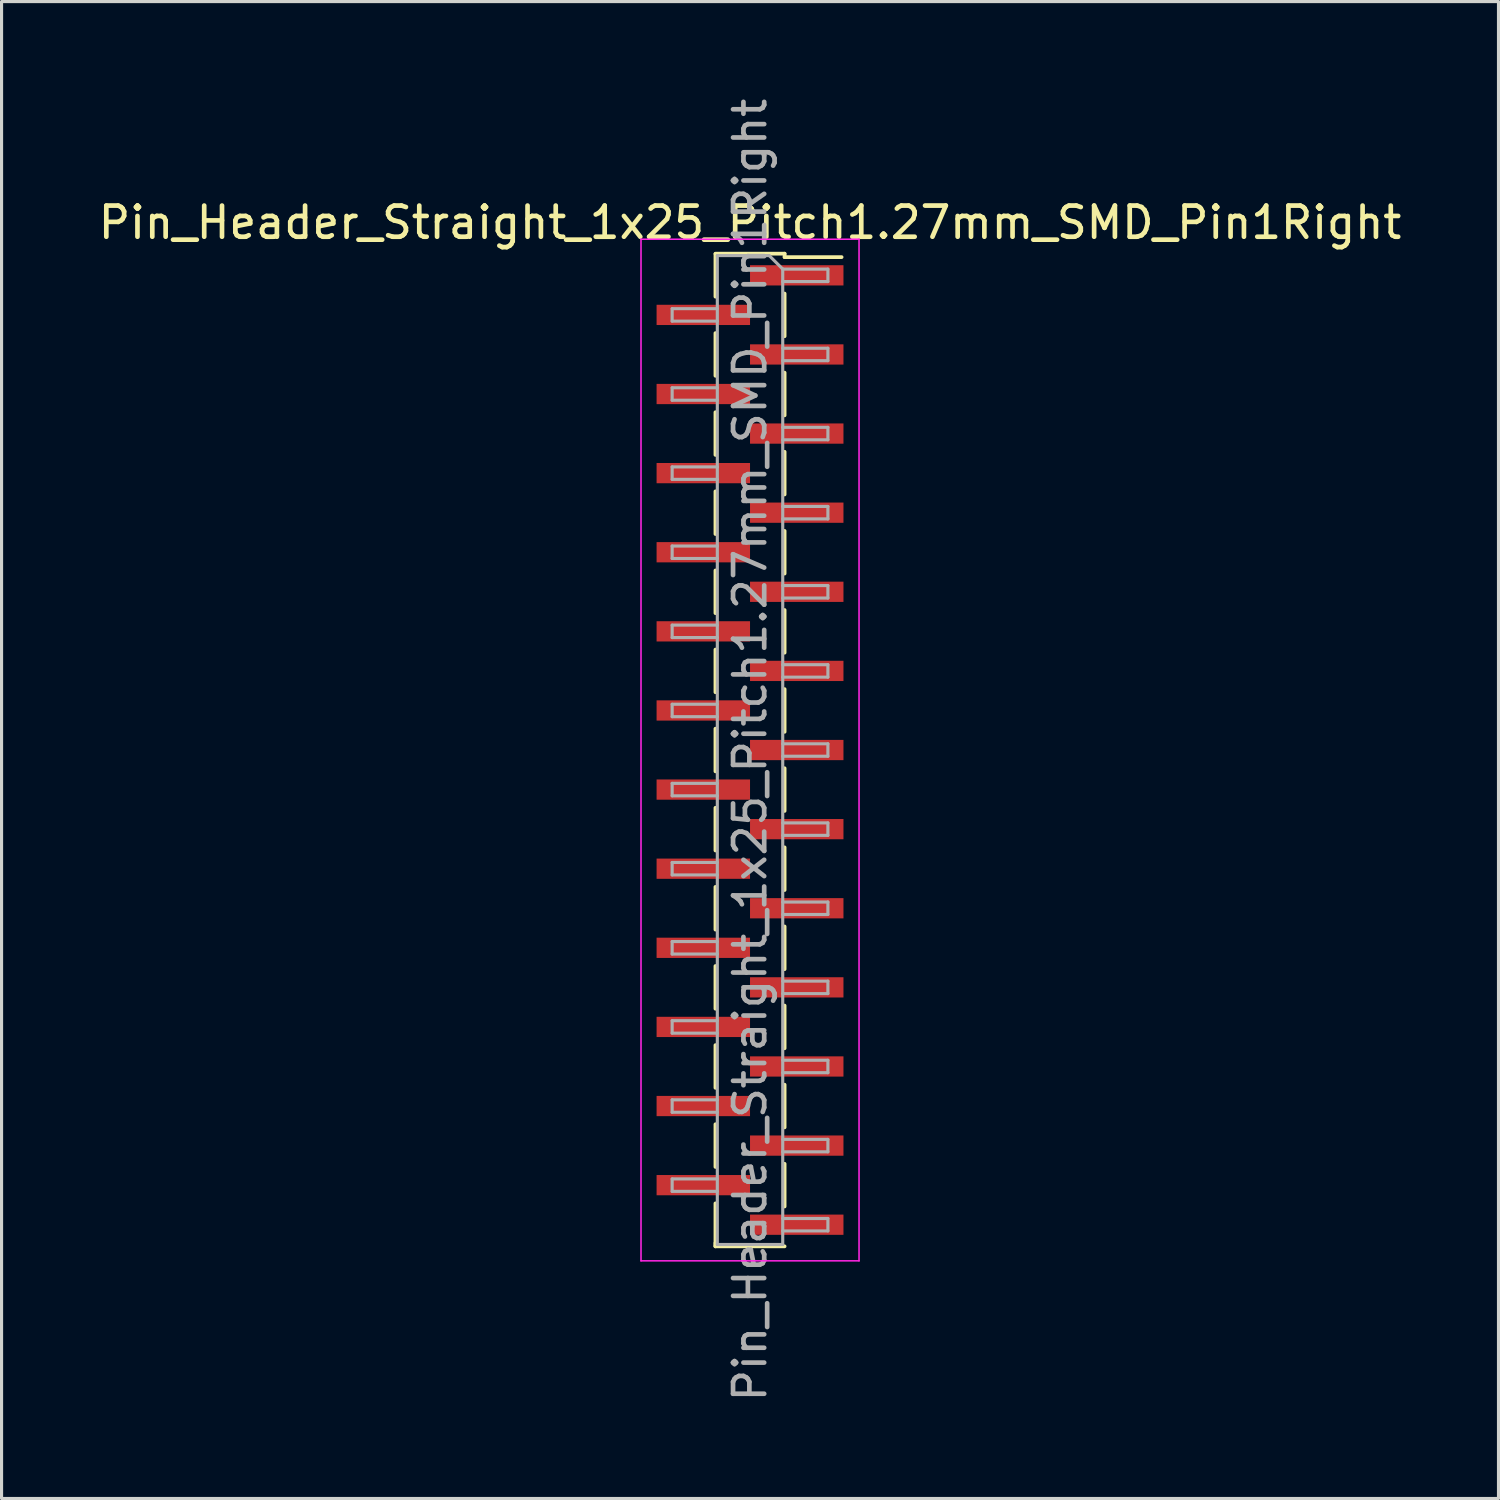
<source format=kicad_pcb>
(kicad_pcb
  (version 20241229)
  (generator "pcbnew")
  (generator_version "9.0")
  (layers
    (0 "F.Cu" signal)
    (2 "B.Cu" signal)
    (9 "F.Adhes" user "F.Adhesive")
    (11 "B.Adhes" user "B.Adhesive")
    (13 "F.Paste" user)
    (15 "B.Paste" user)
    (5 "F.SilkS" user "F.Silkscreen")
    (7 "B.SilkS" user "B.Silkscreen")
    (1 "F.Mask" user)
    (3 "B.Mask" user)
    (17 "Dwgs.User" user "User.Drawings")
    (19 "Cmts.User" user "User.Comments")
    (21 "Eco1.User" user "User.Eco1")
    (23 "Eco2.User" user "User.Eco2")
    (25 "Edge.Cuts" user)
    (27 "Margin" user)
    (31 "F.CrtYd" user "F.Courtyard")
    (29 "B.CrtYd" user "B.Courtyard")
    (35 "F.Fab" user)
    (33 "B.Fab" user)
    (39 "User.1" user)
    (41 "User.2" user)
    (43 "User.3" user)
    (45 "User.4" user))
  (footprint "Pin_Header_Straight_1x25_Pitch1.27mm_SMD_Pin1Right"
    (layer "F.Cu")
    (at 21.03 21.03)
    (property "Reference" "Pin_Header_Straight_1x25_Pitch1.27mm_SMD_Pin1Right" (at 0 -16.935 0) (layer "F.SilkS") (effects (font (size 1 1) (thickness 0.15))))
    (attr smd)
    (fp_line (start -1.11 -15.935) (end 1.11 -15.935) (stroke (width 0.12) (type solid)) (layer "F.SilkS"))
    (fp_line (start -1.11 -15.925) (end -1.11 -14.555) (stroke (width 0.12) (type solid)) (layer "F.SilkS"))
    (fp_line (start -1.11 -13.385) (end -1.11 -12.015) (stroke (width 0.12) (type solid)) (layer "F.SilkS"))
    (fp_line (start -1.11 -10.845) (end -1.11 -9.475) (stroke (width 0.12) (type solid)) (layer "F.SilkS"))
    (fp_line (start -1.11 -8.305) (end -1.11 -6.935) (stroke (width 0.12) (type solid)) (layer "F.SilkS"))
    (fp_line (start -1.11 -5.765) (end -1.11 -4.395) (stroke (width 0.12) (type solid)) (layer "F.SilkS"))
    (fp_line (start -1.11 -3.225) (end -1.11 -1.855) (stroke (width 0.12) (type solid)) (layer "F.SilkS"))
    (fp_line (start -1.11 -0.685) (end -1.11 0.685) (stroke (width 0.12) (type solid)) (layer "F.SilkS"))
    (fp_line (start -1.11 1.855) (end -1.11 3.225) (stroke (width 0.12) (type solid)) (layer "F.SilkS"))
    (fp_line (start -1.11 4.395) (end -1.11 5.765) (stroke (width 0.12) (type solid)) (layer "F.SilkS"))
    (fp_line (start -1.11 6.935) (end -1.11 8.305) (stroke (width 0.12) (type solid)) (layer "F.SilkS"))
    (fp_line (start -1.11 9.475) (end -1.11 10.845) (stroke (width 0.12) (type solid)) (layer "F.SilkS"))
    (fp_line (start -1.11 12.015) (end -1.11 13.385) (stroke (width 0.12) (type solid)) (layer "F.SilkS"))
    (fp_line (start -1.11 14.555) (end -1.11 15.925) (stroke (width 0.12) (type solid)) (layer "F.SilkS"))
    (fp_line (start -1.11 15.825) (end -1.11 15.935) (stroke (width 0.12) (type solid)) (layer "F.SilkS"))
    (fp_line (start -1.11 15.935) (end 1.11 15.935) (stroke (width 0.12) (type solid)) (layer "F.SilkS"))
    (fp_line (start 1.11 -15.935) (end 1.11 -15.825) (stroke (width 0.12) (type solid)) (layer "F.SilkS"))
    (fp_line (start 1.11 -15.825) (end 2.94 -15.825) (stroke (width 0.12) (type solid)) (layer "F.SilkS"))
    (fp_line (start 1.11 -14.655) (end 1.11 -13.285) (stroke (width 0.12) (type solid)) (layer "F.SilkS"))
    (fp_line (start 1.11 -12.115) (end 1.11 -10.745) (stroke (width 0.12) (type solid)) (layer "F.SilkS"))
    (fp_line (start 1.11 -9.575) (end 1.11 -8.205) (stroke (width 0.12) (type solid)) (layer "F.SilkS"))
    (fp_line (start 1.11 -7.035) (end 1.11 -5.665) (stroke (width 0.12) (type solid)) (layer "F.SilkS"))
    (fp_line (start 1.11 -4.495) (end 1.11 -3.125) (stroke (width 0.12) (type solid)) (layer "F.SilkS"))
    (fp_line (start 1.11 -1.955) (end 1.11 -0.585) (stroke (width 0.12) (type solid)) (layer "F.SilkS"))
    (fp_line (start 1.11 0.585) (end 1.11 1.955) (stroke (width 0.12) (type solid)) (layer "F.SilkS"))
    (fp_line (start 1.11 3.125) (end 1.11 4.495) (stroke (width 0.12) (type solid)) (layer "F.SilkS"))
    (fp_line (start 1.11 5.665) (end 1.11 7.035) (stroke (width 0.12) (type solid)) (layer "F.SilkS"))
    (fp_line (start 1.11 8.205) (end 1.11 9.575) (stroke (width 0.12) (type solid)) (layer "F.SilkS"))
    (fp_line (start 1.11 10.745) (end 1.11 12.115) (stroke (width 0.12) (type solid)) (layer "F.SilkS"))
    (fp_line (start 1.11 13.285) (end 1.11 14.655) (stroke (width 0.12) (type solid)) (layer "F.SilkS"))
    (fp_line (start -3.5 -16.4) (end -3.5 16.4) (stroke (width 0.05) (type solid)) (layer "F.CrtYd"))
    (fp_line (start -3.5 16.4) (end 3.5 16.4) (stroke (width 0.05) (type solid)) (layer "F.CrtYd"))
    (fp_line (start 3.5 -16.4) (end -3.5 -16.4) (stroke (width 0.05) (type solid)) (layer "F.CrtYd"))
    (fp_line (start 3.5 16.4) (end 3.5 -16.4) (stroke (width 0.05) (type solid)) (layer "F.CrtYd"))
    (fp_line (start -2.5 -14.17) (end -2.5 -13.77) (stroke (width 0.1) (type solid)) (layer "F.Fab"))
    (fp_line (start -2.5 -13.77) (end -1.05 -13.77) (stroke (width 0.1) (type solid)) (layer "F.Fab"))
    (fp_line (start -2.5 -11.63) (end -2.5 -11.23) (stroke (width 0.1) (type solid)) (layer "F.Fab"))
    (fp_line (start -2.5 -11.23) (end -1.05 -11.23) (stroke (width 0.1) (type solid)) (layer "F.Fab"))
    (fp_line (start -2.5 -9.09) (end -2.5 -8.69) (stroke (width 0.1) (type solid)) (layer "F.Fab"))
    (fp_line (start -2.5 -8.69) (end -1.05 -8.69) (stroke (width 0.1) (type solid)) (layer "F.Fab"))
    (fp_line (start -2.5 -6.55) (end -2.5 -6.15) (stroke (width 0.1) (type solid)) (layer "F.Fab"))
    (fp_line (start -2.5 -6.15) (end -1.05 -6.15) (stroke (width 0.1) (type solid)) (layer "F.Fab"))
    (fp_line (start -2.5 -4.01) (end -2.5 -3.61) (stroke (width 0.1) (type solid)) (layer "F.Fab"))
    (fp_line (start -2.5 -3.61) (end -1.05 -3.61) (stroke (width 0.1) (type solid)) (layer "F.Fab"))
    (fp_line (start -2.5 -1.47) (end -2.5 -1.07) (stroke (width 0.1) (type solid)) (layer "F.Fab"))
    (fp_line (start -2.5 -1.07) (end -1.05 -1.07) (stroke (width 0.1) (type solid)) (layer "F.Fab"))
    (fp_line (start -2.5 1.07) (end -2.5 1.47) (stroke (width 0.1) (type solid)) (layer "F.Fab"))
    (fp_line (start -2.5 1.47) (end -1.05 1.47) (stroke (width 0.1) (type solid)) (layer "F.Fab"))
    (fp_line (start -2.5 3.61) (end -2.5 4.01) (stroke (width 0.1) (type solid)) (layer "F.Fab"))
    (fp_line (start -2.5 4.01) (end -1.05 4.01) (stroke (width 0.1) (type solid)) (layer "F.Fab"))
    (fp_line (start -2.5 6.15) (end -2.5 6.55) (stroke (width 0.1) (type solid)) (layer "F.Fab"))
    (fp_line (start -2.5 6.55) (end -1.05 6.55) (stroke (width 0.1) (type solid)) (layer "F.Fab"))
    (fp_line (start -2.5 8.69) (end -2.5 9.09) (stroke (width 0.1) (type solid)) (layer "F.Fab"))
    (fp_line (start -2.5 9.09) (end -1.05 9.09) (stroke (width 0.1) (type solid)) (layer "F.Fab"))
    (fp_line (start -2.5 11.23) (end -2.5 11.63) (stroke (width 0.1) (type solid)) (layer "F.Fab"))
    (fp_line (start -2.5 11.63) (end -1.05 11.63) (stroke (width 0.1) (type solid)) (layer "F.Fab"))
    (fp_line (start -2.5 13.77) (end -2.5 14.17) (stroke (width 0.1) (type solid)) (layer "F.Fab"))
    (fp_line (start -2.5 14.17) (end -1.05 14.17) (stroke (width 0.1) (type solid)) (layer "F.Fab"))
    (fp_line (start -1.05 -15.875) (end -1.05 15.875) (stroke (width 0.1) (type solid)) (layer "F.Fab"))
    (fp_line (start -1.05 -15.875) (end 0.615 -15.875) (stroke (width 0.1) (type solid)) (layer "F.Fab"))
    (fp_line (start -1.05 -14.17) (end -2.5 -14.17) (stroke (width 0.1) (type solid)) (layer "F.Fab"))
    (fp_line (start -1.05 -11.63) (end -2.5 -11.63) (stroke (width 0.1) (type solid)) (layer "F.Fab"))
    (fp_line (start -1.05 -9.09) (end -2.5 -9.09) (stroke (width 0.1) (type solid)) (layer "F.Fab"))
    (fp_line (start -1.05 -6.55) (end -2.5 -6.55) (stroke (width 0.1) (type solid)) (layer "F.Fab"))
    (fp_line (start -1.05 -4.01) (end -2.5 -4.01) (stroke (width 0.1) (type solid)) (layer "F.Fab"))
    (fp_line (start -1.05 -1.47) (end -2.5 -1.47) (stroke (width 0.1) (type solid)) (layer "F.Fab"))
    (fp_line (start -1.05 1.07) (end -2.5 1.07) (stroke (width 0.1) (type solid)) (layer "F.Fab"))
    (fp_line (start -1.05 3.61) (end -2.5 3.61) (stroke (width 0.1) (type solid)) (layer "F.Fab"))
    (fp_line (start -1.05 6.15) (end -2.5 6.15) (stroke (width 0.1) (type solid)) (layer "F.Fab"))
    (fp_line (start -1.05 8.69) (end -2.5 8.69) (stroke (width 0.1) (type solid)) (layer "F.Fab"))
    (fp_line (start -1.05 11.23) (end -2.5 11.23) (stroke (width 0.1) (type solid)) (layer "F.Fab"))
    (fp_line (start -1.05 13.77) (end -2.5 13.77) (stroke (width 0.1) (type solid)) (layer "F.Fab"))
    (fp_line (start 1.05 -15.44) (end 0.615 -15.875) (stroke (width 0.1) (type solid)) (layer "F.Fab"))
    (fp_line (start 1.05 -15.44) (end 2.5 -15.44) (stroke (width 0.1) (type solid)) (layer "F.Fab"))
    (fp_line (start 1.05 -12.9) (end 2.5 -12.9) (stroke (width 0.1) (type solid)) (layer "F.Fab"))
    (fp_line (start 1.05 -10.36) (end 2.5 -10.36) (stroke (width 0.1) (type solid)) (layer "F.Fab"))
    (fp_line (start 1.05 -7.82) (end 2.5 -7.82) (stroke (width 0.1) (type solid)) (layer "F.Fab"))
    (fp_line (start 1.05 -5.28) (end 2.5 -5.28) (stroke (width 0.1) (type solid)) (layer "F.Fab"))
    (fp_line (start 1.05 -2.74) (end 2.5 -2.74) (stroke (width 0.1) (type solid)) (layer "F.Fab"))
    (fp_line (start 1.05 -0.2) (end 2.5 -0.2) (stroke (width 0.1) (type solid)) (layer "F.Fab"))
    (fp_line (start 1.05 2.34) (end 2.5 2.34) (stroke (width 0.1) (type solid)) (layer "F.Fab"))
    (fp_line (start 1.05 4.88) (end 2.5 4.88) (stroke (width 0.1) (type solid)) (layer "F.Fab"))
    (fp_line (start 1.05 7.42) (end 2.5 7.42) (stroke (width 0.1) (type solid)) (layer "F.Fab"))
    (fp_line (start 1.05 9.96) (end 2.5 9.96) (stroke (width 0.1) (type solid)) (layer "F.Fab"))
    (fp_line (start 1.05 12.5) (end 2.5 12.5) (stroke (width 0.1) (type solid)) (layer "F.Fab"))
    (fp_line (start 1.05 15.04) (end 2.5 15.04) (stroke (width 0.1) (type solid)) (layer "F.Fab"))
    (fp_line (start 1.05 15.875) (end -1.05 15.875) (stroke (width 0.1) (type solid)) (layer "F.Fab"))
    (fp_line (start 1.05 15.875) (end 1.05 -15.44) (stroke (width 0.1) (type solid)) (layer "F.Fab"))
    (fp_line (start 2.5 -15.44) (end 2.5 -15.04) (stroke (width 0.1) (type solid)) (layer "F.Fab"))
    (fp_line (start 2.5 -15.04) (end 1.05 -15.04) (stroke (width 0.1) (type solid)) (layer "F.Fab"))
    (fp_line (start 2.5 -12.9) (end 2.5 -12.5) (stroke (width 0.1) (type solid)) (layer "F.Fab"))
    (fp_line (start 2.5 -12.5) (end 1.05 -12.5) (stroke (width 0.1) (type solid)) (layer "F.Fab"))
    (fp_line (start 2.5 -10.36) (end 2.5 -9.96) (stroke (width 0.1) (type solid)) (layer "F.Fab"))
    (fp_line (start 2.5 -9.96) (end 1.05 -9.96) (stroke (width 0.1) (type solid)) (layer "F.Fab"))
    (fp_line (start 2.5 -7.82) (end 2.5 -7.42) (stroke (width 0.1) (type solid)) (layer "F.Fab"))
    (fp_line (start 2.5 -7.42) (end 1.05 -7.42) (stroke (width 0.1) (type solid)) (layer "F.Fab"))
    (fp_line (start 2.5 -5.28) (end 2.5 -4.88) (stroke (width 0.1) (type solid)) (layer "F.Fab"))
    (fp_line (start 2.5 -4.88) (end 1.05 -4.88) (stroke (width 0.1) (type solid)) (layer "F.Fab"))
    (fp_line (start 2.5 -2.74) (end 2.5 -2.34) (stroke (width 0.1) (type solid)) (layer "F.Fab"))
    (fp_line (start 2.5 -2.34) (end 1.05 -2.34) (stroke (width 0.1) (type solid)) (layer "F.Fab"))
    (fp_line (start 2.5 -0.2) (end 2.5 0.2) (stroke (width 0.1) (type solid)) (layer "F.Fab"))
    (fp_line (start 2.5 0.2) (end 1.05 0.2) (stroke (width 0.1) (type solid)) (layer "F.Fab"))
    (fp_line (start 2.5 2.34) (end 2.5 2.74) (stroke (width 0.1) (type solid)) (layer "F.Fab"))
    (fp_line (start 2.5 2.74) (end 1.05 2.74) (stroke (width 0.1) (type solid)) (layer "F.Fab"))
    (fp_line (start 2.5 4.88) (end 2.5 5.28) (stroke (width 0.1) (type solid)) (layer "F.Fab"))
    (fp_line (start 2.5 5.28) (end 1.05 5.28) (stroke (width 0.1) (type solid)) (layer "F.Fab"))
    (fp_line (start 2.5 7.42) (end 2.5 7.82) (stroke (width 0.1) (type solid)) (layer "F.Fab"))
    (fp_line (start 2.5 7.82) (end 1.05 7.82) (stroke (width 0.1) (type solid)) (layer "F.Fab"))
    (fp_line (start 2.5 9.96) (end 2.5 10.36) (stroke (width 0.1) (type solid)) (layer "F.Fab"))
    (fp_line (start 2.5 10.36) (end 1.05 10.36) (stroke (width 0.1) (type solid)) (layer "F.Fab"))
    (fp_line (start 2.5 12.5) (end 2.5 12.9) (stroke (width 0.1) (type solid)) (layer "F.Fab"))
    (fp_line (start 2.5 12.9) (end 1.05 12.9) (stroke (width 0.1) (type solid)) (layer "F.Fab"))
    (fp_line (start 2.5 15.04) (end 2.5 15.44) (stroke (width 0.1) (type solid)) (layer "F.Fab"))
    (fp_line (start 2.5 15.44) (end 1.05 15.44) (stroke (width 0.1) (type solid)) (layer "F.Fab"))
    (fp_text user "${REFERENCE}" (at 0 0 90) (layer "F.Fab") (effects (font (size 1 1) (thickness 0.15))))
    (pad "1" smd rect (at 1.5 -15.24) (size 3 0.65) (layers "F.Cu" "F.Mask" "F.Paste"))
    (pad "2" smd rect (at -1.5 -13.97) (size 3 0.65) (layers "F.Cu" "F.Mask" "F.Paste"))
    (pad "3" smd rect (at 1.5 -12.7) (size 3 0.65) (layers "F.Cu" "F.Mask" "F.Paste"))
    (pad "4" smd rect (at -1.5 -11.43) (size 3 0.65) (layers "F.Cu" "F.Mask" "F.Paste"))
    (pad "5" smd rect (at 1.5 -10.16) (size 3 0.65) (layers "F.Cu" "F.Mask" "F.Paste"))
    (pad "6" smd rect (at -1.5 -8.89) (size 3 0.65) (layers "F.Cu" "F.Mask" "F.Paste"))
    (pad "7" smd rect (at 1.5 -7.62) (size 3 0.65) (layers "F.Cu" "F.Mask" "F.Paste"))
    (pad "8" smd rect (at -1.5 -6.35) (size 3 0.65) (layers "F.Cu" "F.Mask" "F.Paste"))
    (pad "9" smd rect (at 1.5 -5.08) (size 3 0.65) (layers "F.Cu" "F.Mask" "F.Paste"))
    (pad "10" smd rect (at -1.5 -3.81) (size 3 0.65) (layers "F.Cu" "F.Mask" "F.Paste"))
    (pad "11" smd rect (at 1.5 -2.54) (size 3 0.65) (layers "F.Cu" "F.Mask" "F.Paste"))
    (pad "12" smd rect (at -1.5 -1.27) (size 3 0.65) (layers "F.Cu" "F.Mask" "F.Paste"))
    (pad "13" smd rect (at 1.5 0) (size 3 0.65) (layers "F.Cu" "F.Mask" "F.Paste"))
    (pad "14" smd rect (at -1.5 1.27) (size 3 0.65) (layers "F.Cu" "F.Mask" "F.Paste"))
    (pad "15" smd rect (at 1.5 2.54) (size 3 0.65) (layers "F.Cu" "F.Mask" "F.Paste"))
    (pad "16" smd rect (at -1.5 3.81) (size 3 0.65) (layers "F.Cu" "F.Mask" "F.Paste"))
    (pad "17" smd rect (at 1.5 5.08) (size 3 0.65) (layers "F.Cu" "F.Mask" "F.Paste"))
    (pad "18" smd rect (at -1.5 6.35) (size 3 0.65) (layers "F.Cu" "F.Mask" "F.Paste"))
    (pad "19" smd rect (at 1.5 7.62) (size 3 0.65) (layers "F.Cu" "F.Mask" "F.Paste"))
    (pad "20" smd rect (at -1.5 8.89) (size 3 0.65) (layers "F.Cu" "F.Mask" "F.Paste"))
    (pad "21" smd rect (at 1.5 10.16) (size 3 0.65) (layers "F.Cu" "F.Mask" "F.Paste"))
    (pad "22" smd rect (at -1.5 11.43) (size 3 0.65) (layers "F.Cu" "F.Mask" "F.Paste"))
    (pad "23" smd rect (at 1.5 12.7) (size 3 0.65) (layers "F.Cu" "F.Mask" "F.Paste"))
    (pad "24" smd rect (at -1.5 13.97) (size 3 0.65) (layers "F.Cu" "F.Mask" "F.Paste"))
    (pad "25" smd rect (at 1.5 15.24) (size 3 0.65) (layers "F.Cu" "F.Mask" "F.Paste")))
  (gr_rect
    (start -3 -3)
    (end 45.06 45.06)
    (stroke (width 0.1) (type default))
    (fill no)
    (layer "Edge.Cuts")))
</source>
